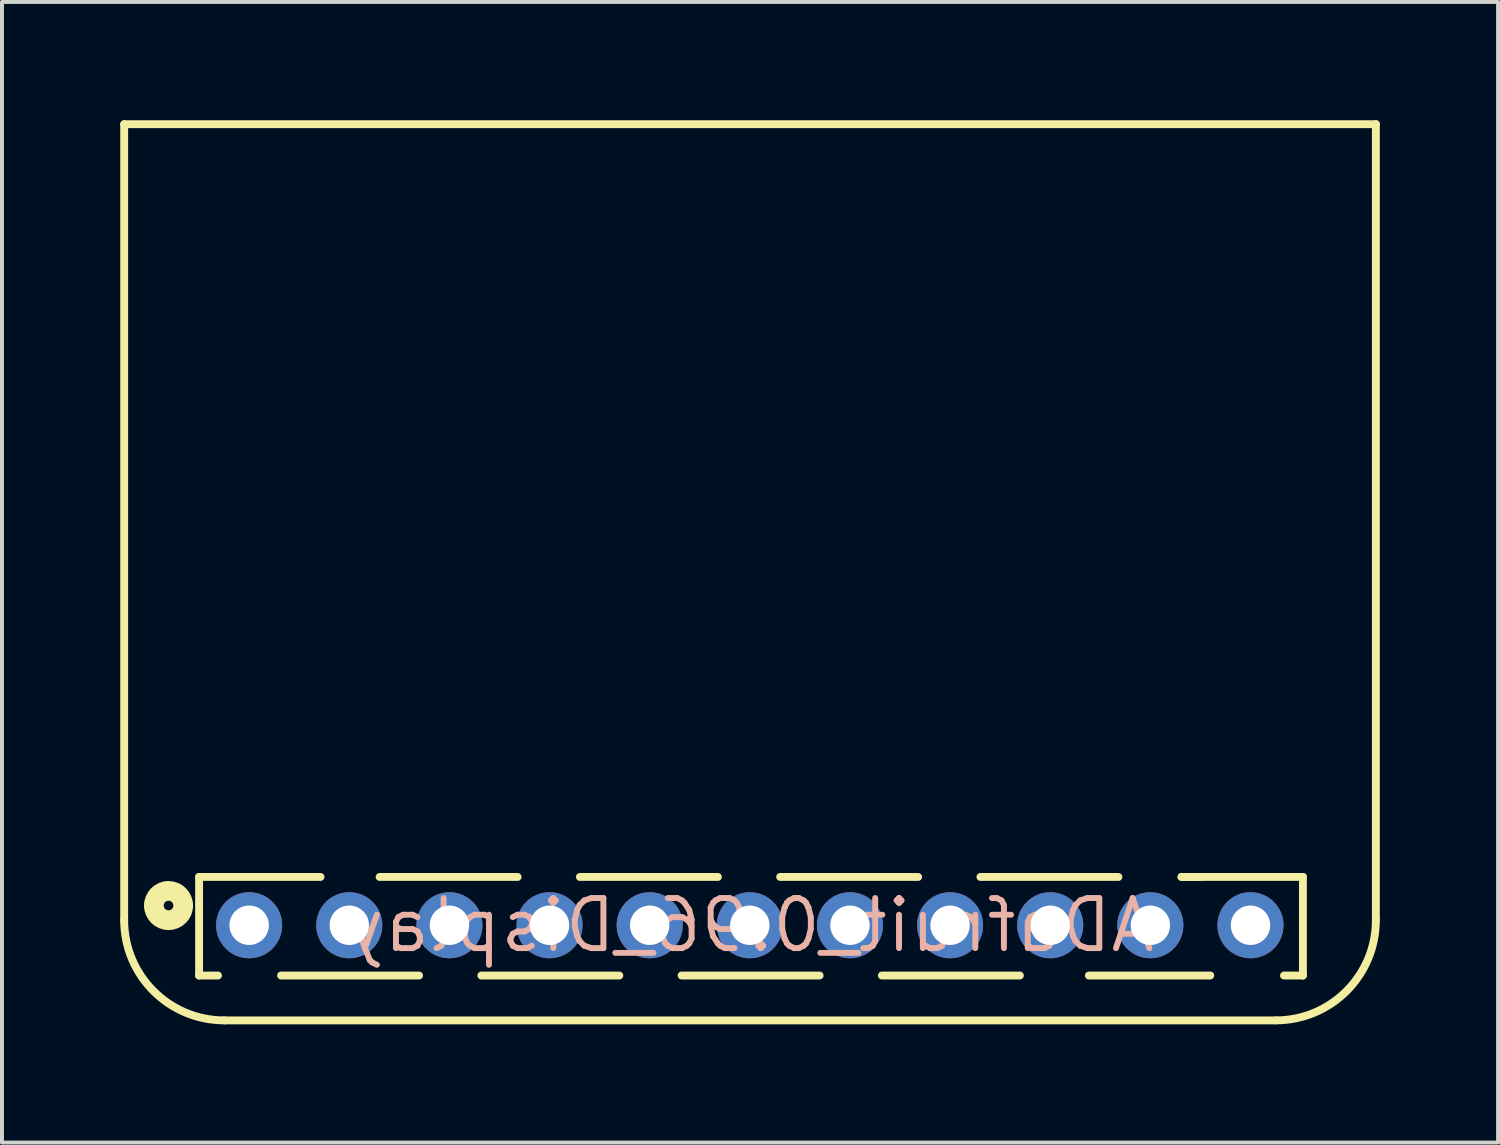
<source format=kicad_pcb>
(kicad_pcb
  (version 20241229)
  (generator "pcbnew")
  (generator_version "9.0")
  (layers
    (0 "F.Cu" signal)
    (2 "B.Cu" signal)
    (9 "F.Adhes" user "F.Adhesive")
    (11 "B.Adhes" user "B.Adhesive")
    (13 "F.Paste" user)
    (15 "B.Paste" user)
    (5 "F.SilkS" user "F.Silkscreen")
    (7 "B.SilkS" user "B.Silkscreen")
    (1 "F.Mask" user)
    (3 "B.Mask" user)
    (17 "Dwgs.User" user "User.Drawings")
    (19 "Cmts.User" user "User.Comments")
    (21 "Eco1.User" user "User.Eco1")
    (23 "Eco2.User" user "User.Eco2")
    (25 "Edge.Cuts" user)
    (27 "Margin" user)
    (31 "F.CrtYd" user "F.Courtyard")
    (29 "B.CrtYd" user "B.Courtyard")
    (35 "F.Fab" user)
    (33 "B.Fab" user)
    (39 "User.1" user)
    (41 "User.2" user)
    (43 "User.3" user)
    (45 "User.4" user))
  (footprint "ADafruit_0.96_Display"
    (layer "F.Cu")
    (at 15.975 20.42)
    (property "Reference" "ADafruit_0.96_Display" (at 0 0 0) (layer "B.SilkS") (effects (font (size 1.27 1.27) (thickness 0.15)) (justify mirror)))
    (fp_line (start -10.292 -0.127) (end -10.165 0) (stroke (width 0.254) (type solid)) (layer "B.Cu"))
    (fp_line (start -15.875 -20.32) (end -15.875 -0.127) (stroke (width 0.2) (type solid)) (layer "F.SilkS"))
    (fp_line (start -15.875 -20.32) (end 15.875 -20.32) (stroke (width 0.2) (type solid)) (layer "F.SilkS"))
    (fp_line (start -13.975 -1.225) (end -13.975 1.275) (stroke (width 0.2) (type solid)) (layer "F.SilkS"))
    (fp_line (start -13.975 -1.225) (end -10.895 -1.225) (stroke (width 0.2) (type solid)) (layer "F.SilkS"))
    (fp_line (start -13.975 1.275) (end -13.495 1.275) (stroke (width 0.2) (type solid)) (layer "F.SilkS"))
    (fp_line (start -13.335 2.413) (end 13.335 2.413) (stroke (width 0.2) (type solid)) (layer "F.SilkS"))
    (fp_line (start -11.895 1.275) (end -8.395 1.275) (stroke (width 0.2) (type solid)) (layer "F.SilkS"))
    (fp_line (start -9.395 -1.225) (end -5.895 -1.225) (stroke (width 0.2) (type solid)) (layer "F.SilkS"))
    (fp_line (start -6.815 1.275) (end -3.315 1.275) (stroke (width 0.2) (type solid)) (layer "F.SilkS"))
    (fp_line (start -4.315 -1.225) (end -0.815 -1.225) (stroke (width 0.2) (type solid)) (layer "F.SilkS"))
    (fp_line (start -1.735 1.275) (end 1.765 1.275) (stroke (width 0.2) (type solid)) (layer "F.SilkS"))
    (fp_line (start 0.765 -1.225) (end 4.265 -1.225) (stroke (width 0.2) (type solid)) (layer "F.SilkS"))
    (fp_line (start 3.345 1.275) (end 6.845 1.275) (stroke (width 0.2) (type solid)) (layer "F.SilkS"))
    (fp_line (start 5.845 -1.225) (end 9.345 -1.225) (stroke (width 0.2) (type solid)) (layer "F.SilkS"))
    (fp_line (start 8.595 1.275) (end 11.675 1.275) (stroke (width 0.2) (type solid)) (layer "F.SilkS"))
    (fp_line (start 10.945 -1.225) (end 11.425 -1.225) (stroke (width 0.2) (type solid)) (layer "F.SilkS"))
    (fp_line (start 10.945 -1.225) (end 14.025 -1.225) (stroke (width 0.2) (type solid)) (layer "F.SilkS"))
    (fp_line (start 13.545 1.275) (end 14.025 1.275) (stroke (width 0.2) (type solid)) (layer "F.SilkS"))
    (fp_line (start 14.025 -1.225) (end 14.025 1.275) (stroke (width 0.2) (type solid)) (layer "F.SilkS"))
    (fp_line (start 15.875 -20.32) (end 15.875 -0.127) (stroke (width 0.2) (type solid)) (layer "F.SilkS"))
    (fp_arc (start -13.335 2.413) (mid -15.131051 1.669051) (end -15.875 -0.127) (stroke (width 0.2) (type solid)) (layer "F.SilkS"))
    (fp_arc (start 15.875 -0.127) (mid 15.131051 1.669051) (end 13.335 2.413) (stroke (width 0.2) (type solid)) (layer "F.SilkS"))
    (fp_circle (center -14.75 -0.5) (end -14.75 -0.622) (stroke (width 0.5) (type solid)) (fill no) (layer "F.SilkS"))
    (fp_line (start -13.975 -0.635) (end -13.975 0.635) (stroke (width 0.203) (type solid)) (layer "User.9"))
    (fp_poly (pts (xy -12.959 -0.254) (xy -12.959 0.254) (xy -12.451 0.254) (xy -12.451 -0.254)) (stroke (width 0.1) (type default)) (fill no) (layer "User.9"))
    (fp_poly (pts (xy -12.954 -0.254) (xy -12.954 0.254) (xy -12.446 0.254) (xy -12.446 -0.254)) (stroke (width 0.1) (type default)) (fill no) (layer "User.9"))
    (fp_poly (pts (xy -10.419 -0.254) (xy -10.419 0.254) (xy -9.911 0.254) (xy -9.911 -0.254)) (stroke (width 0.1) (type default)) (fill no) (layer "User.9"))
    (fp_poly (pts (xy -10.414 -0.254) (xy -10.414 0.254) (xy -9.906 0.254) (xy -9.906 -0.254)) (stroke (width 0.1) (type default)) (fill no) (layer "User.9"))
    (fp_poly (pts (xy -7.879 -0.254) (xy -7.879 0.254) (xy -7.371 0.254) (xy -7.371 -0.254)) (stroke (width 0.1) (type default)) (fill no) (layer "User.9"))
    (fp_poly (pts (xy -7.874 -0.254) (xy -7.874 0.254) (xy -7.366 0.254) (xy -7.366 -0.254)) (stroke (width 0.1) (type default)) (fill no) (layer "User.9"))
    (fp_poly (pts (xy -5.339 -0.254) (xy -5.339 0.254) (xy -4.831 0.254) (xy -4.831 -0.254)) (stroke (width 0.1) (type default)) (fill no) (layer "User.9"))
    (fp_poly (pts (xy -5.334 -0.254) (xy -5.334 0.254) (xy -4.826 0.254) (xy -4.826 -0.254)) (stroke (width 0.1) (type default)) (fill no) (layer "User.9"))
    (fp_poly (pts (xy -2.799 -0.254) (xy -2.799 0.254) (xy -2.291 0.254) (xy -2.291 -0.254)) (stroke (width 0.1) (type default)) (fill no) (layer "User.9"))
    (fp_poly (pts (xy -2.794 -0.254) (xy -2.794 0.254) (xy -2.286 0.254) (xy -2.286 -0.254)) (stroke (width 0.1) (type default)) (fill no) (layer "User.9"))
    (fp_poly (pts (xy -0.259 -0.254) (xy -0.259 0.254) (xy 0.249 0.254) (xy 0.249 -0.254)) (stroke (width 0.1) (type default)) (fill no) (layer "User.9"))
    (fp_poly (pts (xy -0.254 -0.254) (xy -0.254 0.254) (xy 0.254 0.254) (xy 0.254 -0.254)) (stroke (width 0.1) (type default)) (fill no) (layer "User.9"))
    (fp_poly (pts (xy 2.281 -0.254) (xy 2.281 0.254) (xy 2.789 0.254) (xy 2.789 -0.254)) (stroke (width 0.1) (type default)) (fill no) (layer "User.9"))
    (fp_poly (pts (xy 2.286 -0.254) (xy 2.286 0.254) (xy 2.794 0.254) (xy 2.794 -0.254)) (stroke (width 0.1) (type default)) (fill no) (layer "User.9"))
    (fp_poly (pts (xy 4.821 -0.254) (xy 4.821 0.254) (xy 5.329 0.254) (xy 5.329 -0.254)) (stroke (width 0.1) (type default)) (fill no) (layer "User.9"))
    (fp_poly (pts (xy 4.826 -0.254) (xy 4.826 0.254) (xy 5.334 0.254) (xy 5.334 -0.254)) (stroke (width 0.1) (type default)) (fill no) (layer "User.9"))
    (fp_poly (pts (xy 7.361 -0.254) (xy 7.361 0.254) (xy 7.869 0.254) (xy 7.869 -0.254)) (stroke (width 0.1) (type default)) (fill no) (layer "User.9"))
    (fp_poly (pts (xy 7.366 -0.254) (xy 7.366 0.254) (xy 7.874 0.254) (xy 7.874 -0.254)) (stroke (width 0.1) (type default)) (fill no) (layer "User.9"))
    (fp_poly (pts (xy 9.901 -0.254) (xy 9.901 0.254) (xy 10.409 0.254) (xy 10.409 -0.254)) (stroke (width 0.1) (type default)) (fill no) (layer "User.9"))
    (fp_poly (pts (xy 9.906 -0.254) (xy 9.906 0.254) (xy 10.414 0.254) (xy 10.414 -0.254)) (stroke (width 0.1) (type default)) (fill no) (layer "User.9"))
    (fp_poly (pts (xy 12.441 -0.254) (xy 12.441 0.254) (xy 12.949 0.254) (xy 12.949 -0.254)) (stroke (width 0.1) (type default)) (fill no) (layer "User.9"))
    (fp_poly (pts (xy 12.446 -0.254) (xy 12.446 0.254) (xy 12.954 0.254) (xy 12.954 -0.254)) (stroke (width 0.1) (type default)) (fill no) (layer "User.9"))
    (fp_text_box "" (start 10.458 -2) (end 10.458 -2) (margins 0.522 0.522 0.522 0.522) (angle 90) (layer "B.Cu") (effects (font (face "Arial") (size 0.63 0.63) (thickness 0.121)) (justify left bottom)) (border yes) (stroke (width 0.1) (type default)))
    (fp_text_box "" (start -9.862 -2) (end -9.862 -2) (margins 0.522 0.522 0.522 0.522) (angle 90) (layer "B.Cu") (effects (font (face "Arial") (size 0.63 0.63) (thickness 0.121)) (justify left bottom)) (border yes) (stroke (width 0.1) (type default)))
    (fp_text_box "" (start 0.298 -2) (end 0.298 -2) (margins 0.522 0.522 0.522 0.522) (angle 90) (layer "B.Cu") (effects (font (face "Arial") (size 0.63 0.63) (thickness 0.121)) (justify left bottom)) (border yes) (stroke (width 0.1) (type default)))
    (fp_text_box "" (start -4.782 -2) (end -4.782 -2) (margins 0.522 0.522 0.522 0.522) (angle 90) (layer "B.Cu") (effects (font (face "Arial") (size 0.63 0.63) (thickness 0.121)) (justify left bottom)) (border yes) (stroke (width 0.1) (type default)))
    (fp_text_box "" (start 12.744 -2) (end 12.744 -2) (margins 0.522 0.522 0.522 0.522) (angle 90) (layer "B.Cu") (effects (font (face "Arial") (size 0.63 0.63) (thickness 0.121)) (justify left bottom)) (border yes) (stroke (width 0.1) (type default)))
    (fp_text_box "" (start 2.838 -2) (end 2.838 -2) (margins 0.522 0.522 0.522 0.522) (angle 90) (layer "B.Cu") (effects (font (face "Arial") (size 0.63 0.63) (thickness 0.121)) (justify left bottom)) (border yes) (stroke (width 0.1) (type default)))
    (fp_text_box "" (start -12.402 -2) (end -12.402 -2) (margins 0.522 0.522 0.522 0.522) (angle 90) (layer "B.Cu") (effects (font (face "Arial") (size 0.63 0.63) (thickness 0.121)) (justify left bottom)) (border yes) (stroke (width 0.1) (type default)))
    (fp_text_box "" (start -7.322 -2) (end -7.322 -2) (margins 0.522 0.522 0.522 0.522) (angle 90) (layer "B.Cu") (effects (font (face "Arial") (size 0.63 0.63) (thickness 0.121)) (justify left bottom)) (border yes) (stroke (width 0.1) (type default)))
    (fp_text_box "" (start 5.378 -2) (end 5.378 -2) (margins 0.522 0.522 0.522 0.522) (angle 90) (layer "B.Cu") (effects (font (face "Arial") (size 0.63 0.63) (thickness 0.121)) (justify left bottom)) (border yes) (stroke (width 0.1) (type default)))
    (fp_text_box "" (start -2.496 -2) (end -2.496 -2) (margins 0.522 0.522 0.522 0.522) (angle 90) (layer "B.Cu") (effects (font (face "Arial") (size 0.63 0.63) (thickness 0.121)) (justify left bottom)) (border yes) (stroke (width 0.1) (type default)))
    (fp_text_box "" (start 7.918 -2) (end 7.918 -2) (margins 0.522 0.522 0.522 0.522) (angle 90) (layer "B.Cu") (effects (font (face "Arial") (size 0.63 0.63) (thickness 0.121)) (justify left bottom)) (border yes) (stroke (width 0.1) (type default)))
    (pad "1" thru_hole circle (at -12.705 0 270) (size 1.676 1.676) (drill 1) (layers "*.Cu" "*.Mask"))
    (pad "2" thru_hole circle (at -10.165 0 270) (size 1.676 1.676) (drill 1) (layers "*.Cu" "*.Mask"))
    (pad "3" thru_hole circle (at -7.625 0 270) (size 1.676 1.676) (drill 1) (layers "*.Cu" "*.Mask"))
    (pad "4" thru_hole circle (at -5.085 0 270) (size 1.676 1.676) (drill 1) (layers "*.Cu" "*.Mask"))
    (pad "5" thru_hole circle (at -2.545 0 270) (size 1.676 1.676) (drill 1) (layers "*.Cu" "*.Mask"))
    (pad "6" thru_hole circle (at -0.005 0 270) (size 1.676 1.676) (drill 1) (layers "*.Cu" "*.Mask"))
    (pad "7" thru_hole circle (at 2.535 0 270) (size 1.676 1.676) (drill 1) (layers "*.Cu" "*.Mask"))
    (pad "8" thru_hole circle (at 5.075 0 270) (size 1.676 1.676) (drill 1) (layers "*.Cu" "*.Mask"))
    (pad "9" thru_hole circle (at 7.615 0 270) (size 1.676 1.676) (drill 1) (layers "*.Cu" "*.Mask"))
    (pad "10" thru_hole circle (at 10.155 0 270) (size 1.676 1.676) (drill 1) (layers "*.Cu" "*.Mask"))
    (pad "11" thru_hole circle (at 12.695 0 270) (size 1.676 1.676) (drill 1) (layers "*.Cu" "*.Mask")))
  (gr_rect
    (start -3 -3)
    (end 34.95 25.933)
    (stroke (width 0.1) (type default))
    (fill no)
    (layer "Edge.Cuts")))
</source>
